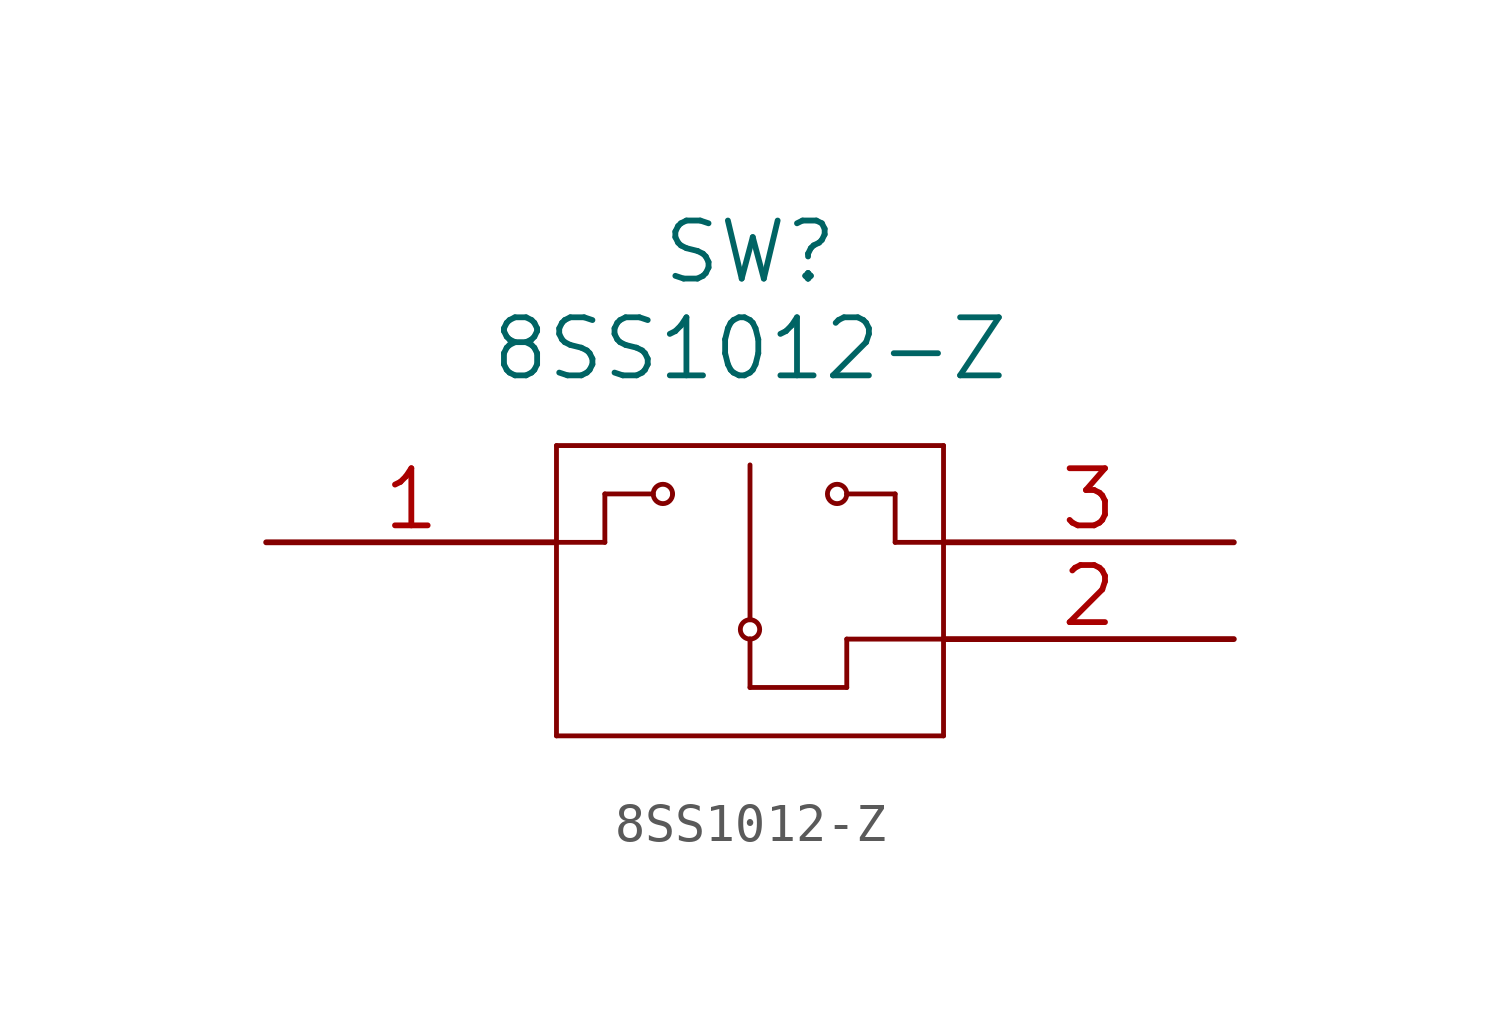
<source format=kicad_sym>
(kicad_symbol_lib
  (version 20211014)
  (generator kicad_symbol_editor)
  (symbol "8SS1012-Z"
    (pin_names
      (offset 0.254) hide)
    (property "Reference" "SW"
      (at 12.7 7.62 0)
      (effects (font (size 1.524 1.524))))
    (property "Value" "8SS1012-Z"
      (at 12.7 5.08 0)
      (effects (font (size 1.524 1.524))))
    (property "Datasheet" ""
      (at 0 0 0)
      (effects (font (size 1.524 1.524))))
    (property "ki_locked" ""
      (at 0 0 0)
      (effects (font (size 1.27 1.27))))
    (symbol "8SS1012-Z_1_1"
      (polyline (pts (xy 7.62 -5.08) (xy 17.78 -5.08)) (stroke (width 0.127) (type default) (color 0 0 0 0)) (fill (type none)))
      (polyline (pts (xy 7.62 0) (xy 8.89 0)) (stroke (width 0.127) (type default) (color 0 0 0 0)) (fill (type none)))
      (polyline (pts (xy 7.62 2.54) (xy 7.62 -5.08)) (stroke (width 0.127) (type default) (color 0 0 0 0)) (fill (type none)))
      (polyline (pts (xy 8.89 0) (xy 8.89 1.27)) (stroke (width 0.127) (type default) (color 0 0 0 0)) (fill (type none)))
      (polyline (pts (xy 8.89 1.27) (xy 10.16 1.27)) (stroke (width 0.127) (type default) (color 0 0 0 0)) (fill (type none)))
      (polyline (pts (xy 12.7 -3.81) (xy 12.7 -2.54)) (stroke (width 0.127) (type default) (color 0 0 0 0)) (fill (type none)))
      (polyline (pts (xy 12.7 -2.032) (xy 12.7 2.032)) (stroke (width 0.127) (type default) (color 0 0 0 0)) (fill (type none)))
      (polyline (pts (xy 15.24 -3.81) (xy 12.7 -3.81)) (stroke (width 0.127) (type default) (color 0 0 0 0)) (fill (type none)))
      (polyline (pts (xy 15.24 -2.54) (xy 15.24 -3.81)) (stroke (width 0.127) (type default) (color 0 0 0 0)) (fill (type none)))
      (polyline (pts (xy 15.24 1.27) (xy 16.51 1.27)) (stroke (width 0.127) (type default) (color 0 0 0 0)) (fill (type none)))
      (polyline (pts (xy 16.51 0) (xy 17.78 0)) (stroke (width 0.127) (type default) (color 0 0 0 0)) (fill (type none)))
      (polyline (pts (xy 16.51 1.27) (xy 16.51 0)) (stroke (width 0.127) (type default) (color 0 0 0 0)) (fill (type none)))
      (polyline (pts (xy 17.78 -5.08) (xy 17.78 2.54)) (stroke (width 0.127) (type default) (color 0 0 0 0)) (fill (type none)))
      (polyline (pts (xy 17.78 -2.54) (xy 15.24 -2.54)) (stroke (width 0.127) (type default) (color 0 0 0 0)) (fill (type none)))
      (polyline (pts (xy 17.78 2.54) (xy 7.62 2.54)) (stroke (width 0.127) (type default) (color 0 0 0 0)) (fill (type none)))
      (circle (center 10.414 1.27) (radius 0.254) (stroke (width 0.127) (type default) (color 0 0 0 0)) (fill (type none)))
      (arc (start 10.668 1.27) (mid 10.16 1.27) (end 10.668 1.27) (stroke (width 0.127) (type default) (color 0 0 0 0)) (fill (type none)))
      (arc (start 12.7 -2.54) (mid 12.7 -2.032) (end 12.7 -2.54) (stroke (width 0.127) (type default) (color 0 0 0 0)) (fill (type none)))
      (circle (center 12.7 -2.286) (radius 0.254) (stroke (width 0.127) (type default) (color 0 0 0 0)) (fill (type none)))
      (circle (center 14.986 1.27) (radius 0.254) (stroke (width 0.127) (type default) (color 0 0 0 0)) (fill (type none)))
      (arc (start 15.24 1.27) (mid 14.732 1.27) (end 15.24 1.27) (stroke (width 0.127) (type default) (color 0 0 0 0)) (fill (type none)))
      (pin passive line (at 0 0 0) (length 7.62) (name "1" (effects (font (size 1.499 1.499)))) (number "1" (effects (font (size 1.499 1.499)))))
      (pin passive line (at 25.4 -2.54 180) (length 7.62) (name "2" (effects (font (size 1.499 1.499)))) (number "2" (effects (font (size 1.499 1.499)))))
      (pin passive line (at 25.4 0 180) (length 7.62) (name "3" (effects (font (size 1.499 1.499)))) (number "3" (effects (font (size 1.499 1.499))))))))
</source>
